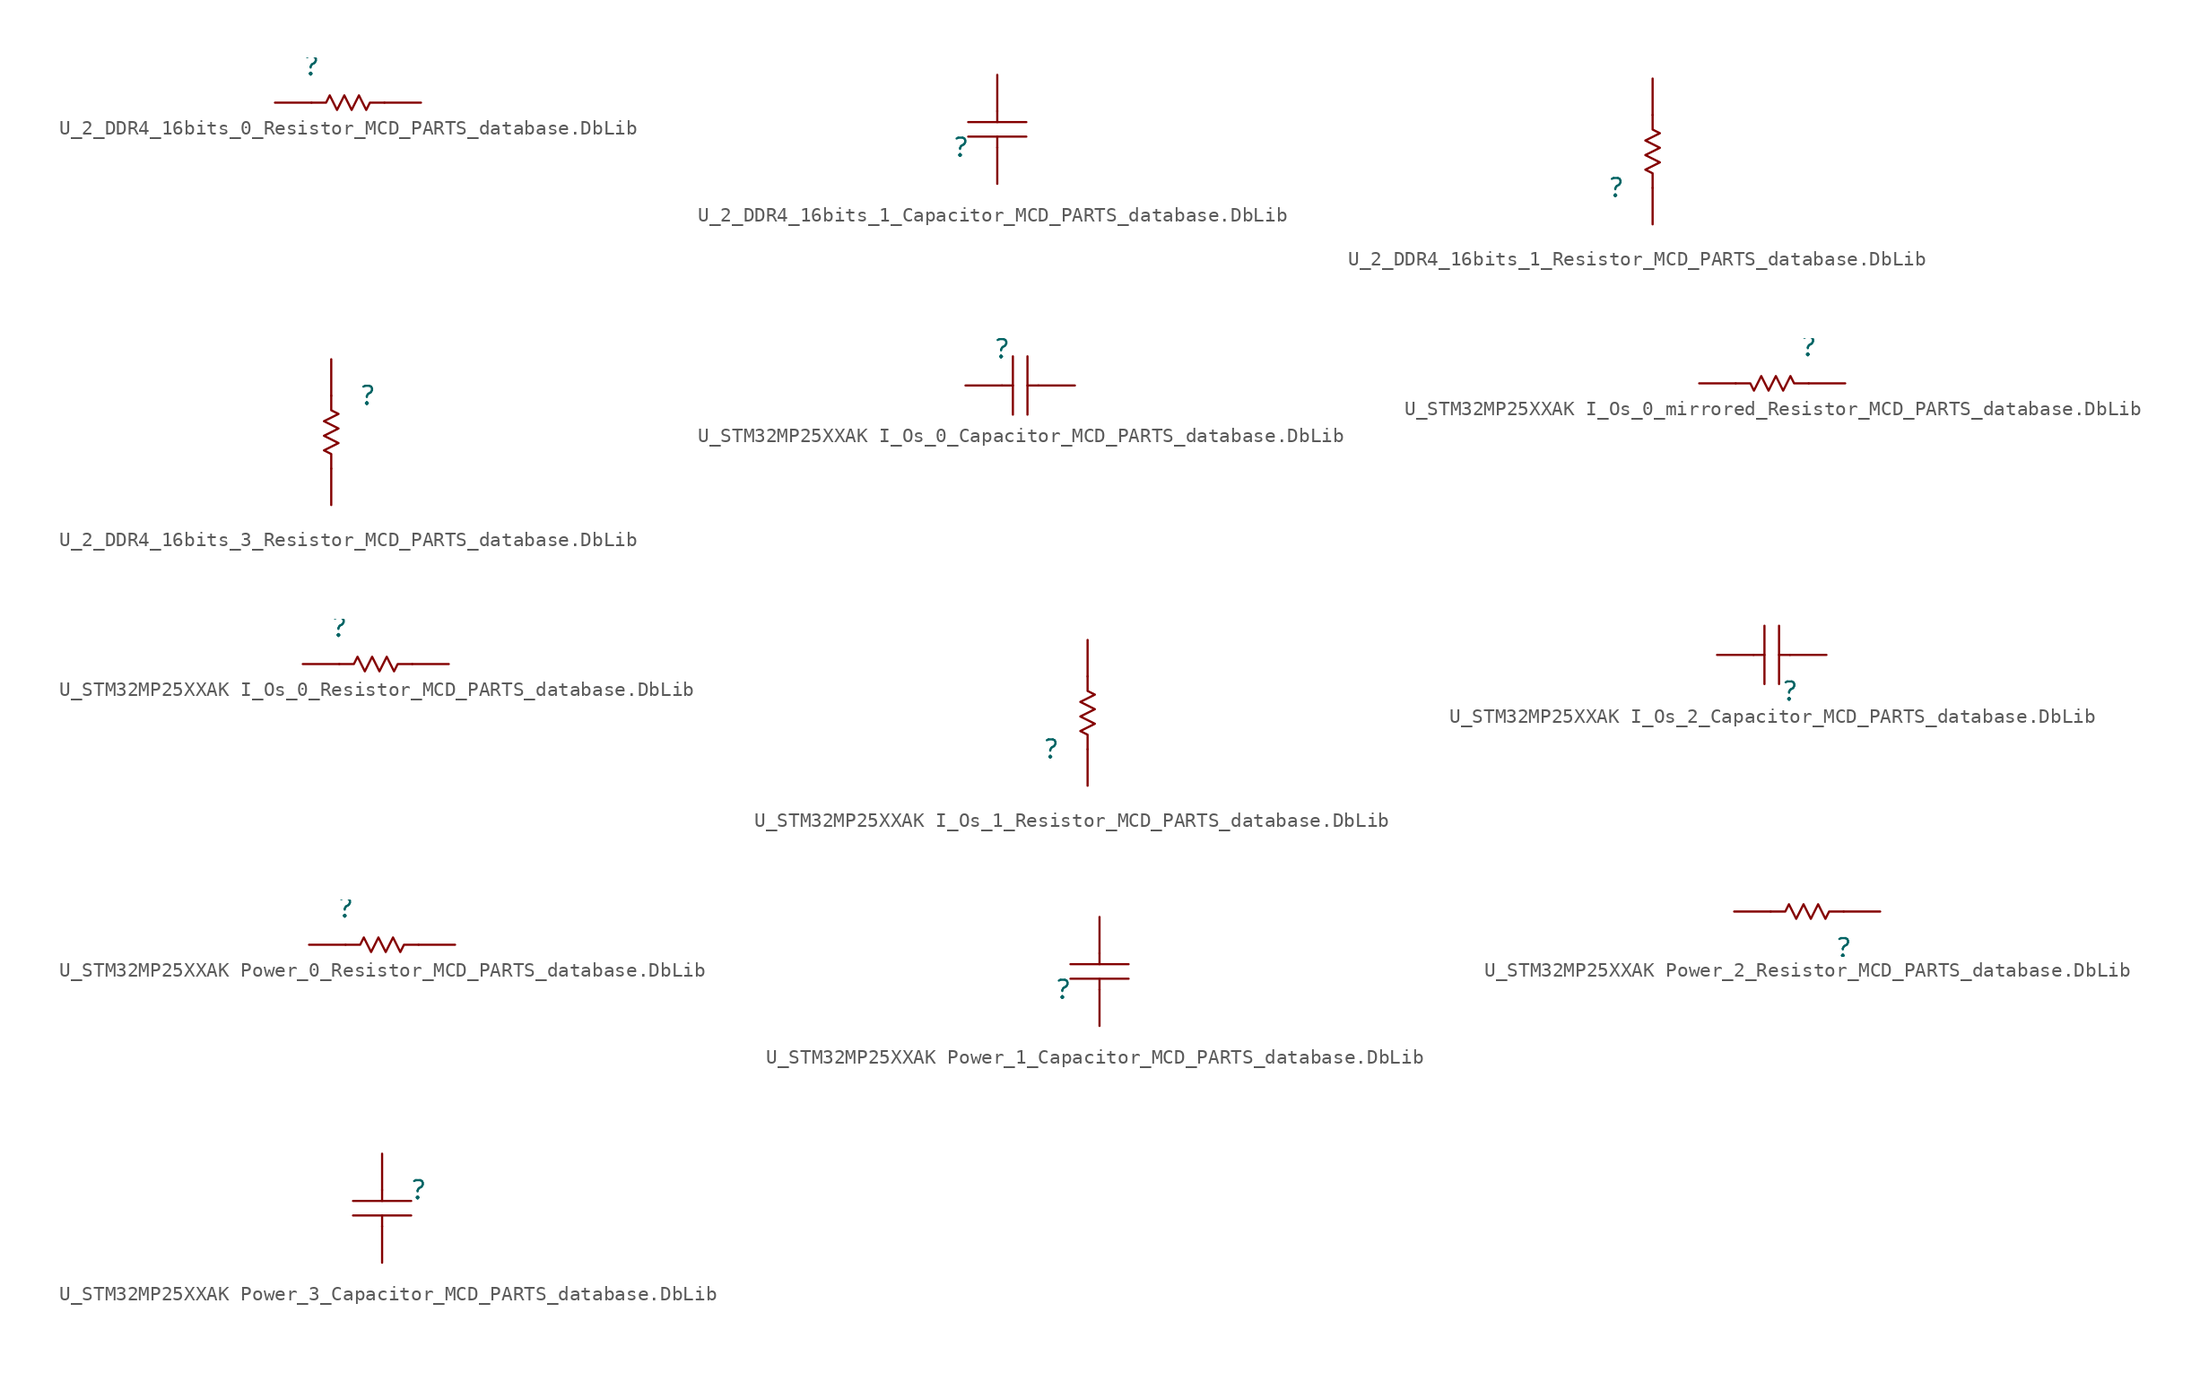
<source format=kicad_sym>
(kicad_symbol_lib
  (version 20241209)
  (generator "kicad_symbol_editor")
  (generator_version "9.0")
  (symbol "U_2_DDR4_16bits_0_Resistor_MCD_PARTS_database.DbLib"
    (pin_numbers
      (hide yes))
    (pin_names
      (hide yes))
    (property "Reference" ""
      (at 0 0 0)
      (effects (font (size 1.27 1.27))))
    (property "Value" ""
      (at 0 0 0)
      (effects (font (size 1.27 1.27))))
    (symbol "U_2_DDR4_16bits_0_Resistor_MCD_PARTS_database.DbLib_1_0"
      (polyline (pts (xy 5.08 -2.54) (xy 4.064 -2.54) (xy 3.81 -3.048) (xy 3.302 -2.032) (xy 2.794 -3.048) (xy 2.286 -2.032) (xy 1.778 -3.048) (xy 1.27 -2.032) (xy 1.016 -2.54) (xy 0 -2.54)) (stroke (width 0) (type solid)) (fill (type none)))
      (pin passive line (at -2.54 -2.54 0) (length 2.54) (name "1" (effects (font (size 1.27 1.27)))) (number "1" (effects (font (size 1.27 1.27)))))
      (pin passive line (at 7.62 -2.54 180) (length 2.54) (name "2" (effects (font (size 1.27 1.27)))) (number "2" (effects (font (size 1.27 1.27)))))))
  (symbol "U_2_DDR4_16bits_1_Capacitor_MCD_PARTS_database.DbLib"
    (pin_numbers
      (hide yes))
    (pin_names
      (hide yes))
    (property "Reference" ""
      (at 0 0 0)
      (effects (font (size 1.27 1.27))))
    (property "Value" ""
      (at 0 0 0)
      (effects (font (size 1.27 1.27))))
    (symbol "U_2_DDR4_16bits_1_Capacitor_MCD_PARTS_database.DbLib_1_0"
      (polyline (pts (xy 0.508 1.778) (xy 4.572 1.778)) (stroke (width 0) (type solid)) (fill (type none)))
      (polyline (pts (xy 2.54 2.54) (xy 2.54 1.778)) (stroke (width 0) (type solid)) (fill (type none)))
      (polyline (pts (xy 2.54 0) (xy 2.54 0.762)) (stroke (width 0) (type solid)) (fill (type none)))
      (polyline (pts (xy 4.572 0.762) (xy 0.508 0.762)) (stroke (width 0) (type solid)) (fill (type none)))
      (pin passive line (at 2.54 5.08 270) (length 2.54) (name "2" (effects (font (size 1.27 1.27)))) (number "2" (effects (font (size 1.27 1.27)))))
      (pin passive line (at 2.54 -2.54 90) (length 2.54) (name "1" (effects (font (size 1.27 1.27)))) (number "1" (effects (font (size 1.27 1.27)))))))
  (symbol "U_2_DDR4_16bits_1_Resistor_MCD_PARTS_database.DbLib"
    (pin_numbers
      (hide yes))
    (pin_names
      (hide yes))
    (property "Reference" ""
      (at 0 0 0)
      (effects (font (size 1.27 1.27))))
    (property "Value" ""
      (at 0 0 0)
      (effects (font (size 1.27 1.27))))
    (symbol "U_2_DDR4_16bits_1_Resistor_MCD_PARTS_database.DbLib_1_0"
      (polyline (pts (xy 2.54 5.08) (xy 2.54 4.064) (xy 3.048 3.81) (xy 2.032 3.302) (xy 3.048 2.794) (xy 2.032 2.286) (xy 3.048 1.778) (xy 2.032 1.27) (xy 2.54 1.016) (xy 2.54 0)) (stroke (width 0) (type solid)) (fill (type none)))
      (pin passive line (at 2.54 7.62 270) (length 2.54) (name "2" (effects (font (size 1.27 1.27)))) (number "2" (effects (font (size 1.27 1.27)))))
      (pin passive line (at 2.54 -2.54 90) (length 2.54) (name "1" (effects (font (size 1.27 1.27)))) (number "1" (effects (font (size 1.27 1.27)))))))
  (symbol "U_2_DDR4_16bits_3_Resistor_MCD_PARTS_database.DbLib"
    (pin_numbers
      (hide yes))
    (pin_names
      (hide yes))
    (property "Reference" ""
      (at 0 0 0)
      (effects (font (size 1.27 1.27))))
    (property "Value" ""
      (at 0 0 0)
      (effects (font (size 1.27 1.27))))
    (symbol "U_2_DDR4_16bits_3_Resistor_MCD_PARTS_database.DbLib_1_0"
      (polyline (pts (xy -2.54 -5.08) (xy -2.54 -4.064) (xy -3.048 -3.81) (xy -2.032 -3.302) (xy -3.048 -2.794) (xy -2.032 -2.286) (xy -3.048 -1.778) (xy -2.032 -1.27) (xy -2.54 -1.016) (xy -2.54 0)) (stroke (width 0) (type solid)) (fill (type none)))
      (pin passive line (at -2.54 2.54 270) (length 2.54) (name "1" (effects (font (size 1.27 1.27)))) (number "1" (effects (font (size 1.27 1.27)))))
      (pin passive line (at -2.54 -7.62 90) (length 2.54) (name "2" (effects (font (size 1.27 1.27)))) (number "2" (effects (font (size 1.27 1.27)))))))
  (symbol "U_STM32MP25XXAK I_Os_0_Capacitor_MCD_PARTS_database.DbLib"
    (pin_numbers
      (hide yes))
    (pin_names
      (hide yes))
    (property "Reference" ""
      (at 0 0 0)
      (effects (font (size 1.27 1.27))))
    (property "Value" ""
      (at 0 0 0)
      (effects (font (size 1.27 1.27))))
    (symbol "U_STM32MP25XXAK I_Os_0_Capacitor_MCD_PARTS_database.DbLib_1_0"
      (polyline (pts (xy 0 -2.54) (xy 0.762 -2.54)) (stroke (width 0) (type solid)) (fill (type none)))
      (polyline (pts (xy 0.762 -4.572) (xy 0.762 -0.508)) (stroke (width 0) (type solid)) (fill (type none)))
      (polyline (pts (xy 1.778 -0.508) (xy 1.778 -4.572)) (stroke (width 0) (type solid)) (fill (type none)))
      (polyline (pts (xy 2.54 -2.54) (xy 1.778 -2.54)) (stroke (width 0) (type solid)) (fill (type none)))
      (pin passive line (at -2.54 -2.54 0) (length 2.54) (name "1" (effects (font (size 1.27 1.27)))) (number "1" (effects (font (size 1.27 1.27)))))
      (pin passive line (at 5.08 -2.54 180) (length 2.54) (name "2" (effects (font (size 1.27 1.27)))) (number "2" (effects (font (size 1.27 1.27)))))))
  (symbol "U_STM32MP25XXAK I_Os_0_mirrored_Resistor_MCD_PARTS_database.DbLib"
    (pin_numbers
      (hide yes))
    (pin_names
      (hide yes))
    (property "Reference" ""
      (at 0 0 0)
      (effects (font (size 1.27 1.27))))
    (property "Value" ""
      (at 0 0 0)
      (effects (font (size 1.27 1.27))))
    (symbol "U_STM32MP25XXAK I_Os_0_mirrored_Resistor_MCD_PARTS_database.DbLib_1_0"
      (polyline (pts (xy -5.08 -2.54) (xy -4.064 -2.54) (xy -3.81 -3.048) (xy -3.302 -2.032) (xy -2.794 -3.048) (xy -2.286 -2.032) (xy -1.778 -3.048) (xy -1.27 -2.032) (xy -1.016 -2.54) (xy 0 -2.54)) (stroke (width 0) (type solid)) (fill (type none)))
      (pin passive line (at -7.62 -2.54 0) (length 2.54) (name "2" (effects (font (size 1.27 1.27)))) (number "2" (effects (font (size 1.27 1.27)))))
      (pin passive line (at 2.54 -2.54 180) (length 2.54) (name "1" (effects (font (size 1.27 1.27)))) (number "1" (effects (font (size 1.27 1.27)))))))
  (symbol "U_STM32MP25XXAK I_Os_0_Resistor_MCD_PARTS_database.DbLib"
    (pin_numbers
      (hide yes))
    (pin_names
      (hide yes))
    (property "Reference" ""
      (at 0 0 0)
      (effects (font (size 1.27 1.27))))
    (property "Value" ""
      (at 0 0 0)
      (effects (font (size 1.27 1.27))))
    (symbol "U_STM32MP25XXAK I_Os_0_Resistor_MCD_PARTS_database.DbLib_1_0"
      (polyline (pts (xy 5.08 -2.54) (xy 4.064 -2.54) (xy 3.81 -3.048) (xy 3.302 -2.032) (xy 2.794 -3.048) (xy 2.286 -2.032) (xy 1.778 -3.048) (xy 1.27 -2.032) (xy 1.016 -2.54) (xy 0 -2.54)) (stroke (width 0) (type solid)) (fill (type none)))
      (pin passive line (at -2.54 -2.54 0) (length 2.54) (name "1" (effects (font (size 1.27 1.27)))) (number "1" (effects (font (size 1.27 1.27)))))
      (pin passive line (at 7.62 -2.54 180) (length 2.54) (name "2" (effects (font (size 1.27 1.27)))) (number "2" (effects (font (size 1.27 1.27)))))))
  (symbol "U_STM32MP25XXAK I_Os_1_Resistor_MCD_PARTS_database.DbLib"
    (pin_numbers
      (hide yes))
    (pin_names
      (hide yes))
    (property "Reference" ""
      (at 0 0 0)
      (effects (font (size 1.27 1.27))))
    (property "Value" ""
      (at 0 0 0)
      (effects (font (size 1.27 1.27))))
    (symbol "U_STM32MP25XXAK I_Os_1_Resistor_MCD_PARTS_database.DbLib_1_0"
      (polyline (pts (xy 2.54 5.08) (xy 2.54 4.064) (xy 3.048 3.81) (xy 2.032 3.302) (xy 3.048 2.794) (xy 2.032 2.286) (xy 3.048 1.778) (xy 2.032 1.27) (xy 2.54 1.016) (xy 2.54 0)) (stroke (width 0) (type solid)) (fill (type none)))
      (pin passive line (at 2.54 7.62 270) (length 2.54) (name "2" (effects (font (size 1.27 1.27)))) (number "2" (effects (font (size 1.27 1.27)))))
      (pin passive line (at 2.54 -2.54 90) (length 2.54) (name "1" (effects (font (size 1.27 1.27)))) (number "1" (effects (font (size 1.27 1.27)))))))
  (symbol "U_STM32MP25XXAK I_Os_2_Capacitor_MCD_PARTS_database.DbLib"
    (pin_numbers
      (hide yes))
    (pin_names
      (hide yes))
    (property "Reference" ""
      (at 0 0 0)
      (effects (font (size 1.27 1.27))))
    (property "Value" ""
      (at 0 0 0)
      (effects (font (size 1.27 1.27))))
    (symbol "U_STM32MP25XXAK I_Os_2_Capacitor_MCD_PARTS_database.DbLib_1_0"
      (polyline (pts (xy -2.54 2.54) (xy -1.778 2.54)) (stroke (width 0) (type solid)) (fill (type none)))
      (polyline (pts (xy -1.778 0.508) (xy -1.778 4.572)) (stroke (width 0) (type solid)) (fill (type none)))
      (polyline (pts (xy -0.762 4.572) (xy -0.762 0.508)) (stroke (width 0) (type solid)) (fill (type none)))
      (polyline (pts (xy 0 2.54) (xy -0.762 2.54)) (stroke (width 0) (type solid)) (fill (type none)))
      (pin passive line (at -5.08 2.54 0) (length 2.54) (name "2" (effects (font (size 1.27 1.27)))) (number "2" (effects (font (size 1.27 1.27)))))
      (pin passive line (at 2.54 2.54 180) (length 2.54) (name "1" (effects (font (size 1.27 1.27)))) (number "1" (effects (font (size 1.27 1.27)))))))
  (symbol "U_STM32MP25XXAK Power_0_Resistor_MCD_PARTS_database.DbLib"
    (pin_numbers
      (hide yes))
    (pin_names
      (hide yes))
    (property "Reference" ""
      (at 0 0 0)
      (effects (font (size 1.27 1.27))))
    (property "Value" ""
      (at 0 0 0)
      (effects (font (size 1.27 1.27))))
    (symbol "U_STM32MP25XXAK Power_0_Resistor_MCD_PARTS_database.DbLib_1_0"
      (polyline (pts (xy 5.08 -2.54) (xy 4.064 -2.54) (xy 3.81 -3.048) (xy 3.302 -2.032) (xy 2.794 -3.048) (xy 2.286 -2.032) (xy 1.778 -3.048) (xy 1.27 -2.032) (xy 1.016 -2.54) (xy 0 -2.54)) (stroke (width 0) (type solid)) (fill (type none)))
      (pin passive line (at -2.54 -2.54 0) (length 2.54) (name "1" (effects (font (size 1.27 1.27)))) (number "1" (effects (font (size 1.27 1.27)))))
      (pin passive line (at 7.62 -2.54 180) (length 2.54) (name "2" (effects (font (size 1.27 1.27)))) (number "2" (effects (font (size 1.27 1.27)))))))
  (symbol "U_STM32MP25XXAK Power_1_Capacitor_MCD_PARTS_database.DbLib"
    (pin_numbers
      (hide yes))
    (pin_names
      (hide yes))
    (property "Reference" ""
      (at 0 0 0)
      (effects (font (size 1.27 1.27))))
    (property "Value" ""
      (at 0 0 0)
      (effects (font (size 1.27 1.27))))
    (symbol "U_STM32MP25XXAK Power_1_Capacitor_MCD_PARTS_database.DbLib_1_0"
      (polyline (pts (xy 0.508 1.778) (xy 4.572 1.778)) (stroke (width 0) (type solid)) (fill (type none)))
      (polyline (pts (xy 2.54 2.54) (xy 2.54 1.778)) (stroke (width 0) (type solid)) (fill (type none)))
      (polyline (pts (xy 2.54 0) (xy 2.54 0.762)) (stroke (width 0) (type solid)) (fill (type none)))
      (polyline (pts (xy 4.572 0.762) (xy 0.508 0.762)) (stroke (width 0) (type solid)) (fill (type none)))
      (pin passive line (at 2.54 5.08 270) (length 2.54) (name "2" (effects (font (size 1.27 1.27)))) (number "2" (effects (font (size 1.27 1.27)))))
      (pin passive line (at 2.54 -2.54 90) (length 2.54) (name "1" (effects (font (size 1.27 1.27)))) (number "1" (effects (font (size 1.27 1.27)))))))
  (symbol "U_STM32MP25XXAK Power_2_Resistor_MCD_PARTS_database.DbLib"
    (pin_numbers
      (hide yes))
    (pin_names
      (hide yes))
    (property "Reference" ""
      (at 0 0 0)
      (effects (font (size 1.27 1.27))))
    (property "Value" ""
      (at 0 0 0)
      (effects (font (size 1.27 1.27))))
    (symbol "U_STM32MP25XXAK Power_2_Resistor_MCD_PARTS_database.DbLib_1_0"
      (polyline (pts (xy -5.08 2.54) (xy -4.064 2.54) (xy -3.81 3.048) (xy -3.302 2.032) (xy -2.794 3.048) (xy -2.286 2.032) (xy -1.778 3.048) (xy -1.27 2.032) (xy -1.016 2.54) (xy 0 2.54)) (stroke (width 0) (type solid)) (fill (type none)))
      (pin passive line (at -7.62 2.54 0) (length 2.54) (name "2" (effects (font (size 1.27 1.27)))) (number "2" (effects (font (size 1.27 1.27)))))
      (pin passive line (at 2.54 2.54 180) (length 2.54) (name "1" (effects (font (size 1.27 1.27)))) (number "1" (effects (font (size 1.27 1.27)))))))
  (symbol "U_STM32MP25XXAK Power_3_Capacitor_MCD_PARTS_database.DbLib"
    (pin_numbers
      (hide yes))
    (pin_names
      (hide yes))
    (property "Reference" ""
      (at 0 0 0)
      (effects (font (size 1.27 1.27))))
    (property "Value" ""
      (at 0 0 0)
      (effects (font (size 1.27 1.27))))
    (symbol "U_STM32MP25XXAK Power_3_Capacitor_MCD_PARTS_database.DbLib_1_0"
      (polyline (pts (xy -4.572 -0.762) (xy -0.508 -0.762)) (stroke (width 0) (type solid)) (fill (type none)))
      (polyline (pts (xy -2.54 0) (xy -2.54 -0.762)) (stroke (width 0) (type solid)) (fill (type none)))
      (polyline (pts (xy -2.54 -2.54) (xy -2.54 -1.778)) (stroke (width 0) (type solid)) (fill (type none)))
      (polyline (pts (xy -0.508 -1.778) (xy -4.572 -1.778)) (stroke (width 0) (type solid)) (fill (type none)))
      (pin passive line (at -2.54 2.54 270) (length 2.54) (name "1" (effects (font (size 1.27 1.27)))) (number "1" (effects (font (size 1.27 1.27)))))
      (pin passive line (at -2.54 -5.08 90) (length 2.54) (name "2" (effects (font (size 1.27 1.27)))) (number "2" (effects (font (size 1.27 1.27))))))))
</source>
